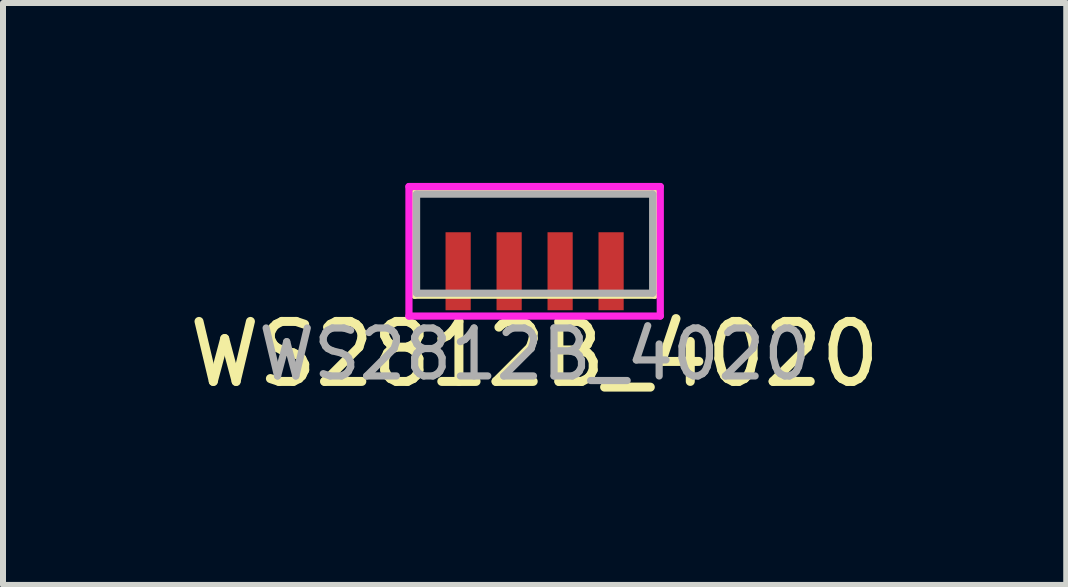
<source format=kicad_pcb>
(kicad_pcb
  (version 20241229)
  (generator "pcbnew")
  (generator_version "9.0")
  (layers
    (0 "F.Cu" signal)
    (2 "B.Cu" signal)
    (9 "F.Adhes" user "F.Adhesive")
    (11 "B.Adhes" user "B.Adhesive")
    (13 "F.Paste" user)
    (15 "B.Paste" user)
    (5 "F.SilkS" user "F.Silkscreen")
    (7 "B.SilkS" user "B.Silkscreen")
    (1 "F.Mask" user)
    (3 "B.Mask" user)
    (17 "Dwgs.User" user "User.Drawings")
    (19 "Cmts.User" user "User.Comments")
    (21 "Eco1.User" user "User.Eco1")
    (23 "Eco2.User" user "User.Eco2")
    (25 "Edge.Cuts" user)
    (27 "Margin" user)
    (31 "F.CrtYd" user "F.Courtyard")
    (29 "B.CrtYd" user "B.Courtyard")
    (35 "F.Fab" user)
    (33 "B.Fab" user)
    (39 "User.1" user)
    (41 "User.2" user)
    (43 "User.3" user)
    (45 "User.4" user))
  (footprint "WS2812B_4020"
    (layer "F.Cu")
    (at 5.863 0.822)
    (property "Reference" "WS2812B_4020" (at 0 2.032 0) (layer "F.SilkS") (effects (font (size 1 1) (thickness 0.15))))
    (attr through_hole)
    (fp_line (start -2 -0.65) (end -2 1.05) (stroke (width 0.12) (type solid)) (layer "F.SilkS"))
    (fp_line (start -2 -0.65) (end 2 -0.65) (stroke (width 0.12) (type solid)) (layer "F.SilkS"))
    (fp_line (start -2 1.05) (end 2 1.05) (stroke (width 0.12) (type solid)) (layer "F.SilkS"))
    (fp_line (start 2 -0.65) (end 2 1.05) (stroke (width 0.12) (type solid)) (layer "F.SilkS"))
    (fp_line (start -2.095 -0.762) (end -2.095 1.397) (stroke (width 0.12) (type solid)) (layer "F.CrtYd"))
    (fp_line (start -2.095 1.397) (end 2.095 1.397) (stroke (width 0.12) (type solid)) (layer "F.CrtYd"))
    (fp_line (start 2.095 -0.762) (end -2.095 -0.762) (stroke (width 0.12) (type solid)) (layer "F.CrtYd"))
    (fp_line (start 2.095 1.397) (end 2.095 -0.762) (stroke (width 0.12) (type solid)) (layer "F.CrtYd"))
    (fp_line (start -1.968 -0.635) (end 1.968 -0.635) (stroke (width 0.12) (type solid)) (layer "F.Fab"))
    (fp_line (start -1.968 1.016) (end -1.968 -0.635) (stroke (width 0.12) (type solid)) (layer "F.Fab"))
    (fp_line (start 1.968 -0.635) (end 1.968 1.016) (stroke (width 0.12) (type solid)) (layer "F.Fab"))
    (fp_line (start 1.968 1.016) (end -1.968 1.016) (stroke (width 0.12) (type solid)) (layer "F.Fab"))
    (fp_text user "${REFERENCE}" (at 0 2.032 0) (layer "F.Fab") (effects (font (size 0.8 0.8) (thickness 0.12))))
    (pad "1" smd rect (at 0.425 0.65) (size 0.42 1.3) (layers "F.Cu" "F.Mask" "F.Paste"))
    (pad "2" smd rect (at -0.425 0.65) (size 0.42 1.3) (layers "F.Cu" "F.Mask" "F.Paste"))
    (pad "3" smd rect (at -1.275 0.65) (size 0.42 1.3) (layers "F.Cu" "F.Mask" "F.Paste"))
    (pad "4" smd rect (at 1.275 0.65) (size 0.42 1.3) (layers "F.Cu" "F.Mask" "F.Paste")))
  (gr_rect
    (start -3 -3)
    (end 14.726 6.702)
    (stroke (width 0.1) (type default))
    (fill no)
    (layer "Edge.Cuts")))
</source>
